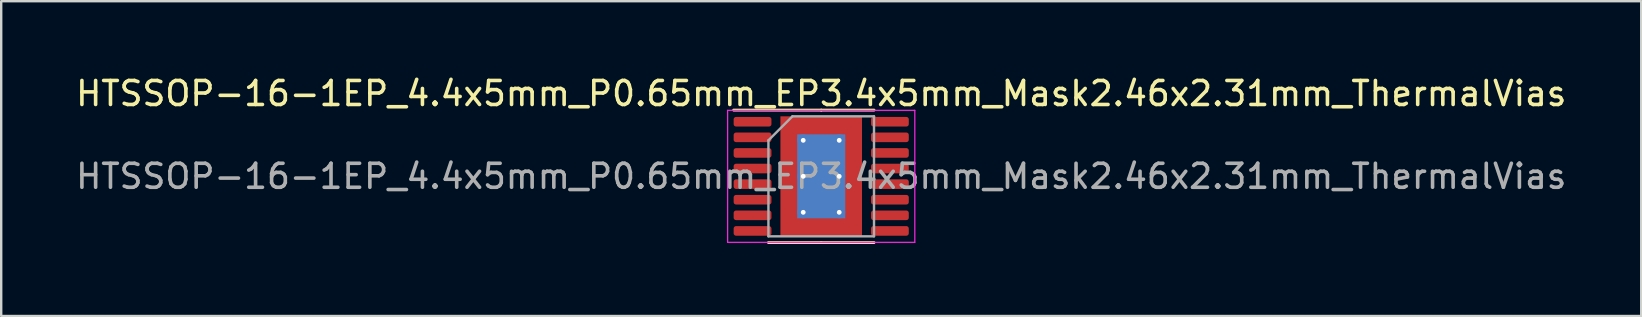
<source format=kicad_pcb>
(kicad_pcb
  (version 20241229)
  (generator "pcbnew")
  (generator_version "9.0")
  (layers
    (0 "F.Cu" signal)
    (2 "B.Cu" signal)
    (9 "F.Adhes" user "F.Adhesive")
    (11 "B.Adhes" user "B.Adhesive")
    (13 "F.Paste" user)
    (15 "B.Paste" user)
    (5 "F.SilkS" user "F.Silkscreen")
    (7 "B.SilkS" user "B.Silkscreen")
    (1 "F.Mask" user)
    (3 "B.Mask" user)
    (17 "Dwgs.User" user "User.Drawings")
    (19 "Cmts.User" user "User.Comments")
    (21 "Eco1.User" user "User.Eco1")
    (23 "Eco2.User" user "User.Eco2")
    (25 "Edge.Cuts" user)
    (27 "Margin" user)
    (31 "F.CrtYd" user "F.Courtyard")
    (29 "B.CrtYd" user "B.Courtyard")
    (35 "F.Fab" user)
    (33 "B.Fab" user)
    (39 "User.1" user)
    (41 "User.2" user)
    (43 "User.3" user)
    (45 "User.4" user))
  (footprint "HTSSOP-16-1EP_4.4x5mm_P0.65mm_EP3.4x5mm_Mask2.46x2.31mm_ThermalVias"
    (layer "F.Cu")
    (at 31.173 4.298)
    (property "Reference" "HTSSOP-16-1EP_4.4x5mm_P0.65mm_EP3.4x5mm_Mask2.46x2.31mm_ThermalVias" (at 0 -3.45 0) (layer "F.SilkS") (effects (font (size 1 1) (thickness 0.15))))
    (attr smd)
    (fp_line (start 0 -2.76) (end -3.65 -2.76) (stroke (width 0.12) (type solid)) (layer "F.SilkS"))
    (fp_line (start 0 -2.76) (end 2.2 -2.76) (stroke (width 0.12) (type solid)) (layer "F.SilkS"))
    (fp_line (start 0 2.76) (end -2.2 2.76) (stroke (width 0.12) (type solid)) (layer "F.SilkS"))
    (fp_line (start 0 2.76) (end 2.2 2.76) (stroke (width 0.12) (type solid)) (layer "F.SilkS"))
    (fp_line (start -3.9 -2.75) (end -3.9 2.75) (stroke (width 0.05) (type solid)) (layer "F.CrtYd"))
    (fp_line (start -3.9 2.75) (end 3.9 2.75) (stroke (width 0.05) (type solid)) (layer "F.CrtYd"))
    (fp_line (start 3.9 -2.75) (end -3.9 -2.75) (stroke (width 0.05) (type solid)) (layer "F.CrtYd"))
    (fp_line (start 3.9 2.75) (end 3.9 -2.75) (stroke (width 0.05) (type solid)) (layer "F.CrtYd"))
    (fp_line (start -2.2 -1.5) (end -1.2 -2.5) (stroke (width 0.1) (type solid)) (layer "F.Fab"))
    (fp_line (start -2.2 2.5) (end -2.2 -1.5) (stroke (width 0.1) (type solid)) (layer "F.Fab"))
    (fp_line (start -1.2 -2.5) (end 2.2 -2.5) (stroke (width 0.1) (type solid)) (layer "F.Fab"))
    (fp_line (start 2.2 -2.5) (end 2.2 2.5) (stroke (width 0.1) (type solid)) (layer "F.Fab"))
    (fp_line (start 2.2 2.5) (end -2.2 2.5) (stroke (width 0.1) (type solid)) (layer "F.Fab"))
    (fp_text user "${REFERENCE}" (at 0 0 0) (layer "F.Fab") (effects (font (size 1 1) (thickness 0.15))))
    (pad "" smd roundrect (at 0 -0.58) (size 1.98 0.93) (layers "F.Paste") (roundrect_rratio 0.25))
    (pad "" smd rect (at 0 0) (size 2.46 2.31) (layers "F.Mask"))
    (pad "" smd roundrect (at 0 0.58) (size 1.98 0.93) (layers "F.Paste") (roundrect_rratio 0.25))
    (pad "1" smd roundrect (at -2.862 -2.275) (size 1.575 0.4) (layers "F.Cu" "F.Mask" "F.Paste") (roundrect_rratio 0.25))
    (pad "2" smd roundrect (at -2.862 -1.625) (size 1.575 0.4) (layers "F.Cu" "F.Mask" "F.Paste") (roundrect_rratio 0.25))
    (pad "3" smd roundrect (at -2.862 -0.975) (size 1.575 0.4) (layers "F.Cu" "F.Mask" "F.Paste") (roundrect_rratio 0.25))
    (pad "4" smd roundrect (at -2.862 -0.325) (size 1.575 0.4) (layers "F.Cu" "F.Mask" "F.Paste") (roundrect_rratio 0.25))
    (pad "5" smd roundrect (at -2.862 0.325) (size 1.575 0.4) (layers "F.Cu" "F.Mask" "F.Paste") (roundrect_rratio 0.25))
    (pad "6" smd roundrect (at -2.862 0.975) (size 1.575 0.4) (layers "F.Cu" "F.Mask" "F.Paste") (roundrect_rratio 0.25))
    (pad "7" smd roundrect (at -2.862 1.625) (size 1.575 0.4) (layers "F.Cu" "F.Mask" "F.Paste") (roundrect_rratio 0.25))
    (pad "8" smd roundrect (at -2.862 2.275) (size 1.575 0.4) (layers "F.Cu" "F.Mask" "F.Paste") (roundrect_rratio 0.25))
    (pad "9" smd roundrect (at 2.862 2.275) (size 1.575 0.4) (layers "F.Cu" "F.Mask" "F.Paste") (roundrect_rratio 0.25))
    (pad "10" smd roundrect (at 2.862 1.625) (size 1.575 0.4) (layers "F.Cu" "F.Mask" "F.Paste") (roundrect_rratio 0.25))
    (pad "11" smd roundrect (at 2.862 0.975) (size 1.575 0.4) (layers "F.Cu" "F.Mask" "F.Paste") (roundrect_rratio 0.25))
    (pad "12" smd roundrect (at 2.862 0.325) (size 1.575 0.4) (layers "F.Cu" "F.Mask" "F.Paste") (roundrect_rratio 0.25))
    (pad "13" smd roundrect (at 2.862 -0.325) (size 1.575 0.4) (layers "F.Cu" "F.Mask" "F.Paste") (roundrect_rratio 0.25))
    (pad "14" smd roundrect (at 2.862 -0.975) (size 1.575 0.4) (layers "F.Cu" "F.Mask" "F.Paste") (roundrect_rratio 0.25))
    (pad "15" smd roundrect (at 2.862 -1.625) (size 1.575 0.4) (layers "F.Cu" "F.Mask" "F.Paste") (roundrect_rratio 0.25))
    (pad "16" smd roundrect (at 2.862 -2.275) (size 1.575 0.4) (layers "F.Cu" "F.Mask" "F.Paste") (roundrect_rratio 0.25))
    (pad "17" thru_hole circle (at -0.75 -1.5) (size 0.5 0.5) (drill 0.2) (layers "*.Cu"))
    (pad "17" thru_hole circle (at -0.75 0) (size 0.5 0.5) (drill 0.2) (layers "*.Cu"))
    (pad "17" thru_hole circle (at -0.75 1.5) (size 0.5 0.5) (drill 0.2) (layers "*.Cu"))
    (pad "17" smd rect (at 0 0) (size 2 3.5) (layers "B.Cu"))
    (pad "17" smd rect (at 0 0) (size 3.4 5) (layers "F.Cu"))
    (pad "17" thru_hole circle (at 0.75 -1.5) (size 0.5 0.5) (drill 0.2) (layers "*.Cu"))
    (pad "17" thru_hole circle (at 0.75 0) (size 0.5 0.5) (drill 0.2) (layers "*.Cu"))
    (pad "17" thru_hole circle (at 0.75 1.5) (size 0.5 0.5) (drill 0.2) (layers "*.Cu")))
  (gr_rect
    (start -3 -3)
    (end 65.345 10.118)
    (stroke (width 0.1) (type default))
    (fill no)
    (layer "Edge.Cuts")))
</source>
